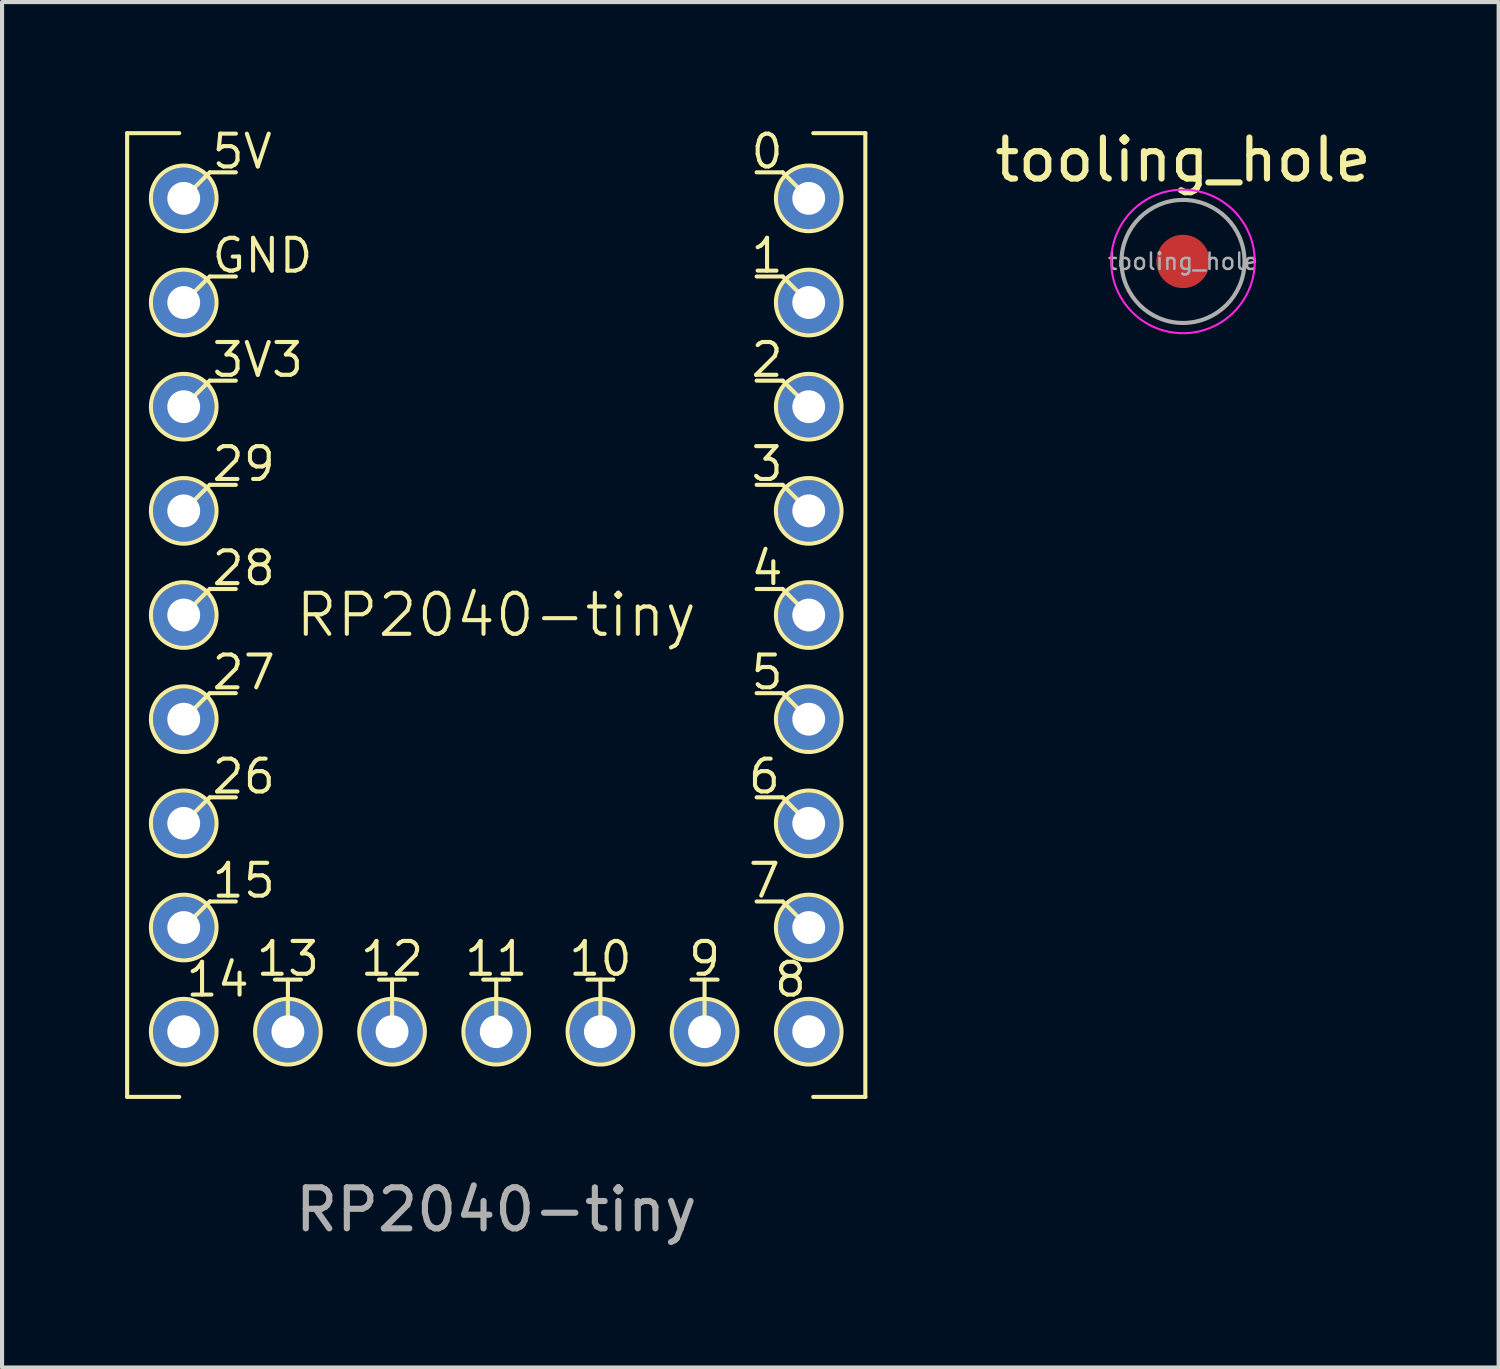
<source format=kicad_pcb>
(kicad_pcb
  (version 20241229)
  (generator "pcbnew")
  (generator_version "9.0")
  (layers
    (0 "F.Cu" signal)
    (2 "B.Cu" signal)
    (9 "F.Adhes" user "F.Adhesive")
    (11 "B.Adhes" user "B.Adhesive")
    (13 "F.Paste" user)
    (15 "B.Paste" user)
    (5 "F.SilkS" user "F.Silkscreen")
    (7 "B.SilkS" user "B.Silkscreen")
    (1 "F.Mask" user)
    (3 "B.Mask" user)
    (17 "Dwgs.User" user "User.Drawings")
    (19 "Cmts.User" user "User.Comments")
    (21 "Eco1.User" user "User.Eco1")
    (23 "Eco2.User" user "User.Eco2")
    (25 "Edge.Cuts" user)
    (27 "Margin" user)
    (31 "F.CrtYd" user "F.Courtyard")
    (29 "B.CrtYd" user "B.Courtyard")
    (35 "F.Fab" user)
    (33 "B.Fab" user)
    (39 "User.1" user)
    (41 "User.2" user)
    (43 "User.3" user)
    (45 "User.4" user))
  (footprint "tooling_hole"
    (layer "F.Cu")
    (at 25.796 3.325)
    (property "Reference" "tooling_hole" (at 0 -2.477 0) (layer "F.SilkS") (effects (font (size 1 1) (thickness 0.15))))
    (attr smd)
    (fp_circle (center 0 0) (end 1.75 0) (stroke (width 0.05) (type solid)) (fill no) (layer "F.CrtYd"))
    (fp_circle (center 0 0) (end 1.5 0) (stroke (width 0.1) (type solid)) (fill no) (layer "F.Fab"))
    (fp_text user "${REFERENCE}" (at 0 0 0) (layer "F.Fab") (effects (font (size 0.4 0.4) (thickness 0.06))))
    (pad "" smd circle (at 0 0) (size 1.3 1.3) (layers "F.Cu" "F.Mask")))
  (footprint "RP2040-tiny"
    (layer "F.Cu")
    (at 9.05 11.947)
    (property "Reference" "RP2040-tiny" (at 0 0 0) (unlocked yes) (layer "F.SilkS") (effects (font (size 1 1) (thickness 0.1))))
    (attr through_hole)
    (fp_line (start -9 -11.75) (end -9 11.75) (stroke (width 0.1) (type default)) (layer "F.SilkS"))
    (fp_line (start -9 -11.75) (end -7.73 -11.75) (stroke (width 0.1) (type default)) (layer "F.SilkS"))
    (fp_line (start -9 11.75) (end -7.73 11.75) (stroke (width 0.1) (type default)) (layer "F.SilkS"))
    (fp_line (start -7.62 -10.16) (end -6.985 -10.795) (stroke (width 0.1) (type default)) (layer "F.SilkS"))
    (fp_line (start -7.62 -7.62) (end -6.985 -8.255) (stroke (width 0.1) (type default)) (layer "F.SilkS"))
    (fp_line (start -7.62 -5.08) (end -6.985 -5.715) (stroke (width 0.1) (type default)) (layer "F.SilkS"))
    (fp_line (start -7.62 -2.54) (end -6.985 -3.175) (stroke (width 0.1) (type default)) (layer "F.SilkS"))
    (fp_line (start -7.62 0) (end -6.985 -0.635) (stroke (width 0.1) (type default)) (layer "F.SilkS"))
    (fp_line (start -7.62 2.54) (end -6.985 1.905) (stroke (width 0.1) (type default)) (layer "F.SilkS"))
    (fp_line (start -7.62 5.08) (end -6.985 4.445) (stroke (width 0.1) (type default)) (layer "F.SilkS"))
    (fp_line (start -7.62 7.62) (end -6.985 6.985) (stroke (width 0.1) (type default)) (layer "F.SilkS"))
    (fp_line (start -6.985 -10.795) (end -6.35 -10.795) (stroke (width 0.1) (type default)) (layer "F.SilkS"))
    (fp_line (start -6.985 -8.255) (end -6.35 -8.255) (stroke (width 0.1) (type default)) (layer "F.SilkS"))
    (fp_line (start -6.985 -5.715) (end -6.35 -5.715) (stroke (width 0.1) (type default)) (layer "F.SilkS"))
    (fp_line (start -6.985 -3.175) (end -6.35 -3.175) (stroke (width 0.1) (type default)) (layer "F.SilkS"))
    (fp_line (start -6.985 -0.635) (end -6.35 -0.635) (stroke (width 0.1) (type default)) (layer "F.SilkS"))
    (fp_line (start -6.985 1.905) (end -6.35 1.905) (stroke (width 0.1) (type default)) (layer "F.SilkS"))
    (fp_line (start -6.985 4.445) (end -6.35 4.445) (stroke (width 0.1) (type default)) (layer "F.SilkS"))
    (fp_line (start -6.985 6.985) (end -6.35 6.985) (stroke (width 0.1) (type default)) (layer "F.SilkS"))
    (fp_line (start -5.397 8.89) (end -4.763 8.89) (stroke (width 0.1) (type default)) (layer "F.SilkS"))
    (fp_line (start -5.08 10.16) (end -5.08 8.89) (stroke (width 0.1) (type default)) (layer "F.SilkS"))
    (fp_line (start -2.857 8.89) (end -2.223 8.89) (stroke (width 0.1) (type default)) (layer "F.SilkS"))
    (fp_line (start -2.54 10.16) (end -2.54 8.89) (stroke (width 0.1) (type default)) (layer "F.SilkS"))
    (fp_line (start -0.318 8.89) (end 0.318 8.89) (stroke (width 0.1) (type default)) (layer "F.SilkS"))
    (fp_line (start 0 10.16) (end 0 8.89) (stroke (width 0.1) (type default)) (layer "F.SilkS"))
    (fp_line (start 2.223 8.89) (end 2.857 8.89) (stroke (width 0.1) (type default)) (layer "F.SilkS"))
    (fp_line (start 2.54 10.16) (end 2.54 8.89) (stroke (width 0.1) (type default)) (layer "F.SilkS"))
    (fp_line (start 4.763 8.89) (end 5.397 8.89) (stroke (width 0.1) (type default)) (layer "F.SilkS"))
    (fp_line (start 5.08 10.16) (end 5.08 8.89) (stroke (width 0.1) (type default)) (layer "F.SilkS"))
    (fp_line (start 6.985 -10.795) (end 6.35 -10.795) (stroke (width 0.1) (type default)) (layer "F.SilkS"))
    (fp_line (start 6.985 -8.255) (end 6.35 -8.255) (stroke (width 0.1) (type default)) (layer "F.SilkS"))
    (fp_line (start 6.985 -5.715) (end 6.35 -5.715) (stroke (width 0.1) (type default)) (layer "F.SilkS"))
    (fp_line (start 6.985 -3.175) (end 6.35 -3.175) (stroke (width 0.1) (type default)) (layer "F.SilkS"))
    (fp_line (start 6.985 -0.635) (end 6.35 -0.635) (stroke (width 0.1) (type default)) (layer "F.SilkS"))
    (fp_line (start 6.985 1.905) (end 6.35 1.905) (stroke (width 0.1) (type default)) (layer "F.SilkS"))
    (fp_line (start 6.985 4.445) (end 6.35 4.445) (stroke (width 0.1) (type default)) (layer "F.SilkS"))
    (fp_line (start 6.985 6.985) (end 6.35 6.985) (stroke (width 0.1) (type default)) (layer "F.SilkS"))
    (fp_line (start 7.62 -10.16) (end 6.985 -10.795) (stroke (width 0.1) (type default)) (layer "F.SilkS"))
    (fp_line (start 7.62 -7.62) (end 6.985 -8.255) (stroke (width 0.1) (type default)) (layer "F.SilkS"))
    (fp_line (start 7.62 -5.08) (end 6.985 -5.715) (stroke (width 0.1) (type default)) (layer "F.SilkS"))
    (fp_line (start 7.62 -2.54) (end 6.985 -3.175) (stroke (width 0.1) (type default)) (layer "F.SilkS"))
    (fp_line (start 7.62 0) (end 6.985 -0.635) (stroke (width 0.1) (type default)) (layer "F.SilkS"))
    (fp_line (start 7.62 2.54) (end 6.985 1.905) (stroke (width 0.1) (type default)) (layer "F.SilkS"))
    (fp_line (start 7.62 5.08) (end 6.985 4.445) (stroke (width 0.1) (type default)) (layer "F.SilkS"))
    (fp_line (start 7.62 7.62) (end 6.985 6.985) (stroke (width 0.1) (type default)) (layer "F.SilkS"))
    (fp_line (start 9 -11.75) (end 7.73 -11.75) (stroke (width 0.1) (type default)) (layer "F.SilkS"))
    (fp_line (start 9 11.75) (end 7.73 11.75) (stroke (width 0.1) (type default)) (layer "F.SilkS"))
    (fp_line (start 9 11.75) (end 9 -11.75) (stroke (width 0.1) (type default)) (layer "F.SilkS"))
    (fp_circle (center -7.62 -10.16) (end -6.82 -10.16) (stroke (width 0.1) (type default)) (fill no) (layer "F.SilkS"))
    (fp_circle (center -7.62 -7.62) (end -6.82 -7.62) (stroke (width 0.1) (type default)) (fill no) (layer "F.SilkS"))
    (fp_circle (center -7.62 -5.08) (end -6.82 -5.08) (stroke (width 0.1) (type default)) (fill no) (layer "F.SilkS"))
    (fp_circle (center -7.62 -2.54) (end -6.82 -2.54) (stroke (width 0.1) (type default)) (fill no) (layer "F.SilkS"))
    (fp_circle (center -7.62 0) (end -6.82 0) (stroke (width 0.1) (type default)) (fill no) (layer "F.SilkS"))
    (fp_circle (center -7.62 2.54) (end -6.82 2.54) (stroke (width 0.1) (type default)) (fill no) (layer "F.SilkS"))
    (fp_circle (center -7.62 5.08) (end -6.82 5.08) (stroke (width 0.1) (type default)) (fill no) (layer "F.SilkS"))
    (fp_circle (center -7.62 7.62) (end -6.82 7.62) (stroke (width 0.1) (type default)) (fill no) (layer "F.SilkS"))
    (fp_circle (center -7.62 10.16) (end -6.82 10.16) (stroke (width 0.1) (type default)) (fill no) (layer "F.SilkS"))
    (fp_circle (center -5.08 10.16) (end -4.28 10.16) (stroke (width 0.1) (type default)) (fill no) (layer "F.SilkS"))
    (fp_circle (center -2.54 10.16) (end -1.74 10.16) (stroke (width 0.1) (type default)) (fill no) (layer "F.SilkS"))
    (fp_circle (center 0 10.16) (end 0.8 10.16) (stroke (width 0.1) (type default)) (fill no) (layer "F.SilkS"))
    (fp_circle (center 2.54 10.16) (end 3.34 10.16) (stroke (width 0.1) (type default)) (fill no) (layer "F.SilkS"))
    (fp_circle (center 5.08 10.16) (end 5.88 10.16) (stroke (width 0.1) (type default)) (fill no) (layer "F.SilkS"))
    (fp_circle (center 7.62 -10.16) (end 8.42 -10.16) (stroke (width 0.1) (type default)) (fill no) (layer "F.SilkS"))
    (fp_circle (center 7.62 -7.62) (end 8.42 -7.62) (stroke (width 0.1) (type default)) (fill no) (layer "F.SilkS"))
    (fp_circle (center 7.62 -5.08) (end 8.42 -5.08) (stroke (width 0.1) (type default)) (fill no) (layer "F.SilkS"))
    (fp_circle (center 7.62 -2.54) (end 8.42 -2.54) (stroke (width 0.1) (type default)) (fill no) (layer "F.SilkS"))
    (fp_circle (center 7.62 0) (end 8.42 0) (stroke (width 0.1) (type default)) (fill no) (layer "F.SilkS"))
    (fp_circle (center 7.62 2.54) (end 8.42 2.54) (stroke (width 0.1) (type default)) (fill no) (layer "F.SilkS"))
    (fp_circle (center 7.62 5.08) (end 8.42 5.08) (stroke (width 0.1) (type default)) (fill no) (layer "F.SilkS"))
    (fp_circle (center 7.62 7.62) (end 8.42 7.62) (stroke (width 0.1) (type default)) (fill no) (layer "F.SilkS"))
    (fp_circle (center 7.62 10.16) (end 8.42 10.16) (stroke (width 0.1) (type default)) (fill no) (layer "F.SilkS"))
    (fp_text user "15" (at -6.985 6.477 0) (unlocked yes) (layer "F.SilkS") (effects (font (size 0.8 0.8) (thickness 0.1)) (justify left)))
    (fp_text user "11" (at 0 8.382 0) (unlocked yes) (layer "F.SilkS") (effects (font (size 0.8 0.8) (thickness 0.1))))
    (fp_text user "8" (at 7.62 8.89 0) (unlocked yes) (layer "F.SilkS") (effects (font (size 0.8 0.8) (thickness 0.1)) (justify right)))
    (fp_text user "2" (at 6.604 -6.223 0) (unlocked yes) (layer "F.SilkS") (effects (font (size 0.8 0.8) (thickness 0.1))))
    (fp_text user "26" (at -6.985 3.937 0) (unlocked yes) (layer "F.SilkS") (effects (font (size 0.8 0.8) (thickness 0.1)) (justify left)))
    (fp_text user "14" (at -7.62 8.89 0) (unlocked yes) (layer "F.SilkS") (effects (font (size 0.8 0.8) (thickness 0.1)) (justify left)))
    (fp_text user "3" (at 6.604 -3.683 0) (unlocked yes) (layer "F.SilkS") (effects (font (size 0.8 0.8) (thickness 0.1))))
    (fp_text user "29" (at -6.985 -3.683 0) (unlocked yes) (layer "F.SilkS") (effects (font (size 0.8 0.8) (thickness 0.1)) (justify left)))
    (fp_text user "27" (at -6.985 1.397 0) (unlocked yes) (layer "F.SilkS") (effects (font (size 0.8 0.8) (thickness 0.1)) (justify left)))
    (fp_text user "28" (at -6.985 -1.143 0) (unlocked yes) (layer "F.SilkS") (effects (font (size 0.8 0.8) (thickness 0.1)) (justify left)))
    (fp_text user "7" (at 6.985 6.477 0) (unlocked yes) (layer "F.SilkS") (effects (font (size 0.8 0.8) (thickness 0.1)) (justify right)))
    (fp_text user "4" (at 6.604 -1.143 0) (unlocked yes) (layer "F.SilkS") (effects (font (size 0.8 0.8) (thickness 0.1))))
    (fp_text user "1" (at 6.604 -8.763 0) (unlocked yes) (layer "F.SilkS") (effects (font (size 0.8 0.8) (thickness 0.1))))
    (fp_text user "0" (at 6.604 -11.303 0) (unlocked yes) (layer "F.SilkS") (effects (font (size 0.8 0.8) (thickness 0.1))))
    (fp_text user "12" (at -2.54 8.382 0) (unlocked yes) (layer "F.SilkS") (effects (font (size 0.8 0.8) (thickness 0.1))))
    (fp_text user "10" (at 2.54 8.382 0) (unlocked yes) (layer "F.SilkS") (effects (font (size 0.8 0.8) (thickness 0.1))))
    (fp_text user "6" (at 6.985 3.937 0) (unlocked yes) (layer "F.SilkS") (effects (font (size 0.8 0.8) (thickness 0.1)) (justify right)))
    (fp_text user "13" (at -5.08 8.382 0) (unlocked yes) (layer "F.SilkS") (effects (font (size 0.8 0.8) (thickness 0.1))))
    (fp_text user "5V" (at -6.985 -11.303 0) (unlocked yes) (layer "F.SilkS") (effects (font (size 0.8 0.8) (thickness 0.1)) (justify left)))
    (fp_text user "3V3" (at -6.985 -6.223 0) (unlocked yes) (layer "F.SilkS") (effects (font (size 0.8 0.8) (thickness 0.1)) (justify left)))
    (fp_text user "9" (at 5.08 8.382 0) (unlocked yes) (layer "F.SilkS") (effects (font (size 0.8 0.8) (thickness 0.1))))
    (fp_text user "5" (at 6.604 1.397 0) (unlocked yes) (layer "F.SilkS") (effects (font (size 0.8 0.8) (thickness 0.1))))
    (fp_text user "GND" (at -6.985 -8.763 0) (unlocked yes) (layer "F.SilkS") (effects (font (size 0.8 0.8) (thickness 0.1)) (justify left)))
    (fp_text user "${REFERENCE}" (at 0 14.5 0) (unlocked yes) (layer "F.Fab") (effects (font (size 1 1) (thickness 0.15))))
    (pad "1" thru_hole circle (at 7.62 -10.16) (size 1.5 1.5) (drill 0.8) (layers "*.Cu" "B.Mask"))
    (pad "2" thru_hole circle (at 7.62 -7.62) (size 1.5 1.5) (drill 0.8) (layers "*.Cu" "B.Mask"))
    (pad "3" thru_hole circle (at 7.62 -5.08) (size 1.5 1.5) (drill 0.8) (layers "*.Cu" "B.Mask"))
    (pad "4" thru_hole circle (at 7.62 -2.54) (size 1.5 1.5) (drill 0.8) (layers "*.Cu" "B.Mask"))
    (pad "5" thru_hole circle (at 7.62 0) (size 1.5 1.5) (drill 0.8) (layers "*.Cu" "B.Mask"))
    (pad "6" thru_hole circle (at 7.62 2.54) (size 1.5 1.5) (drill 0.8) (layers "*.Cu" "B.Mask"))
    (pad "7" thru_hole circle (at 7.62 5.08) (size 1.5 1.5) (drill 0.8) (layers "*.Cu" "B.Mask"))
    (pad "8" thru_hole circle (at 7.62 7.62) (size 1.5 1.5) (drill 0.8) (layers "*.Cu" "B.Mask"))
    (pad "9" thru_hole circle (at 7.62 10.16) (size 1.5 1.5) (drill 0.8) (layers "*.Cu" "B.Mask"))
    (pad "10" thru_hole circle (at 5.08 10.16) (size 1.5 1.5) (drill 0.8) (layers "*.Cu" "B.Mask"))
    (pad "11" thru_hole circle (at 2.54 10.16) (size 1.5 1.5) (drill 0.8) (layers "*.Cu" "B.Mask"))
    (pad "12" thru_hole circle (at 0 10.16) (size 1.5 1.5) (drill 0.8) (layers "*.Cu" "B.Mask"))
    (pad "13" thru_hole circle (at -2.54 10.16) (size 1.5 1.5) (drill 0.8) (layers "*.Cu" "B.Mask"))
    (pad "14" thru_hole circle (at -5.08 10.16) (size 1.5 1.5) (drill 0.8) (layers "*.Cu" "B.Mask"))
    (pad "15" thru_hole circle (at -7.62 10.16) (size 1.5 1.5) (drill 0.8) (layers "*.Cu" "B.Mask"))
    (pad "16" thru_hole circle (at -7.62 7.62) (size 1.5 1.5) (drill 0.8) (layers "*.Cu" "B.Mask"))
    (pad "17" thru_hole circle (at -7.62 5.08) (size 1.5 1.5) (drill 0.8) (layers "*.Cu" "B.Mask"))
    (pad "18" thru_hole circle (at -7.62 2.54) (size 1.5 1.5) (drill 0.8) (layers "*.Cu" "B.Mask"))
    (pad "19" thru_hole circle (at -7.62 0) (size 1.5 1.5) (drill 0.8) (layers "*.Cu" "B.Mask"))
    (pad "20" thru_hole circle (at -7.62 -2.54) (size 1.5 1.5) (drill 0.8) (layers "*.Cu" "B.Mask"))
    (pad "21" thru_hole circle (at -7.62 -5.08) (size 1.5 1.5) (drill 0.8) (layers "*.Cu" "B.Mask"))
    (pad "22" thru_hole circle (at -7.62 -7.62) (size 1.5 1.5) (drill 0.8) (layers "*.Cu" "B.Mask"))
    (pad "23" thru_hole circle (at -7.62 -10.16) (size 1.5 1.5) (drill 0.8) (layers "*.Cu" "B.Mask")))
  (gr_rect
    (start -3 -3)
    (end 33.493 30.295)
    (stroke (width 0.1) (type default))
    (fill no)
    (layer "Edge.Cuts")))
</source>
